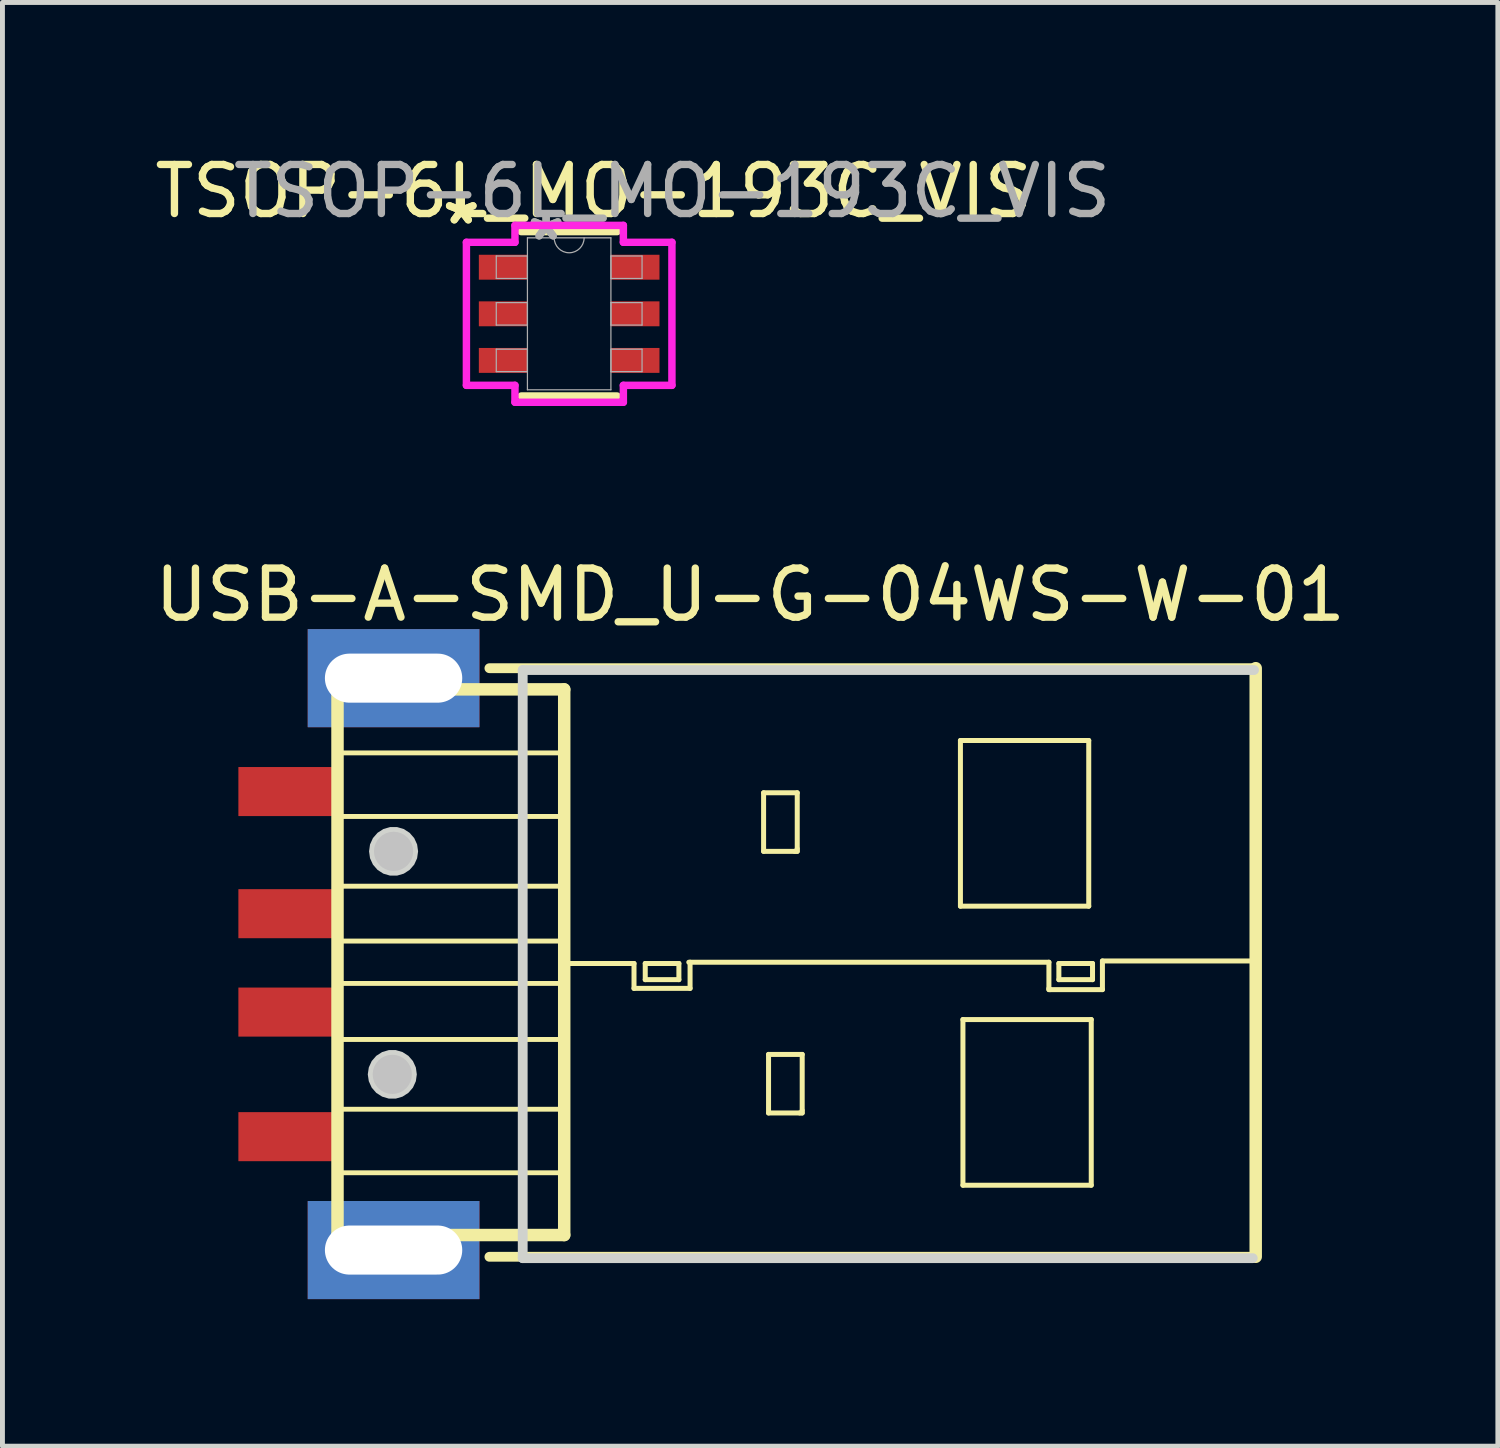
<source format=kicad_pcb>
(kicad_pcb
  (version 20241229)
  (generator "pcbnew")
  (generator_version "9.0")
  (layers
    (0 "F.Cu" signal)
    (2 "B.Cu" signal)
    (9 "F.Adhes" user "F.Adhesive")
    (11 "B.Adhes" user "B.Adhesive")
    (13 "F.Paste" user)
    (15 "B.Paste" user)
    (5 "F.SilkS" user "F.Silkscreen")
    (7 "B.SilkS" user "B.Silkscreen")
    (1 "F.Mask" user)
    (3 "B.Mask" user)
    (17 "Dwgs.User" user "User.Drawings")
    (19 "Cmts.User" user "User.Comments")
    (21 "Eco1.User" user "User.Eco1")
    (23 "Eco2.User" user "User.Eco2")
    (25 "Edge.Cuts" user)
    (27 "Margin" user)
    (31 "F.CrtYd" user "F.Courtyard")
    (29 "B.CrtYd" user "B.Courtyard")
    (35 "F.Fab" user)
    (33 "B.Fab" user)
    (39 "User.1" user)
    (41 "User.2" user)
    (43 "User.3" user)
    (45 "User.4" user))
  (footprint "USB-A-SMD_U-G-04WS-W-01"
    (layer "F.Cu")
    (at 3.892 16.606)
    (property "Reference" "USB-A-SMD_U-G-04WS-W-01" (at 8.352 -7.529 0) (layer "F.SilkS") (effects (font (size 1 1) (thickness 0.15))))
    (fp_line (start -0.061 -5.601) (end 0.015 -5.601) (stroke (width 0.254) (type default)) (layer "F.SilkS"))
    (fp_line (start -0.061 5.524) (end -0.061 -5.601) (stroke (width 0.254) (type default)) (layer "F.SilkS"))
    (fp_line (start -0.035 -5.601) (end 4.561 -5.601) (stroke (width 0.254) (type default)) (layer "F.SilkS"))
    (fp_line (start -0.035 0.394) (end 4.561 0.394) (stroke (width 0.1) (type default)) (layer "F.SilkS"))
    (fp_line (start -0.011 -4.306) (end 4.561 -4.306) (stroke (width 0.1) (type default)) (layer "F.SilkS"))
    (fp_line (start -0.011 -3.01) (end 4.561 -3.01) (stroke (width 0.1) (type default)) (layer "F.SilkS"))
    (fp_line (start -0.011 -1.588) (end 4.561 -1.588) (stroke (width 0.1) (type default)) (layer "F.SilkS"))
    (fp_line (start -0.011 -0.47) (end 4.561 -0.47) (stroke (width 0.1) (type default)) (layer "F.SilkS"))
    (fp_line (start 4.511 1.536) (end -0.061 1.536) (stroke (width 0.1) (type default)) (layer "F.SilkS"))
    (fp_line (start 4.511 2.959) (end -0.061 2.959) (stroke (width 0.1) (type default)) (layer "F.SilkS"))
    (fp_line (start 4.511 4.254) (end -0.061 4.254) (stroke (width 0.1) (type default)) (layer "F.SilkS"))
    (fp_line (start 4.561 -5.601) (end 4.561 5.524) (stroke (width 0.254) (type default)) (layer "F.SilkS"))
    (fp_line (start 4.561 -0.013) (end 5.984 -0.013) (stroke (width 0.102) (type default)) (layer "F.SilkS"))
    (fp_line (start 4.561 5.524) (end -0.061 5.524) (stroke (width 0.254) (type default)) (layer "F.SilkS"))
    (fp_line (start 5.984 -0.013) (end 5.984 0.495) (stroke (width 0.102) (type default)) (layer "F.SilkS"))
    (fp_line (start 5.984 0.495) (end 7.127 0.495) (stroke (width 0.102) (type default)) (layer "F.SilkS"))
    (fp_line (start 6.213 -0.013) (end 6.213 0.317) (stroke (width 0.102) (type default)) (layer "F.SilkS"))
    (fp_line (start 6.213 0.317) (end 6.899 0.317) (stroke (width 0.102) (type default)) (layer "F.SilkS"))
    (fp_line (start 6.263 -0.013) (end 6.213 -0.013) (stroke (width 0.102) (type default)) (layer "F.SilkS"))
    (fp_line (start 6.899 -0.013) (end 6.263 -0.013) (stroke (width 0.102) (type default)) (layer "F.SilkS"))
    (fp_line (start 6.899 0.317) (end 6.899 -0.013) (stroke (width 0.102) (type default)) (layer "F.SilkS"))
    (fp_line (start 7.101 -0.038) (end 14.443 -0.038) (stroke (width 0.102) (type default)) (layer "F.SilkS"))
    (fp_line (start 7.127 0.495) (end 7.127 -0.038) (stroke (width 0.102) (type default)) (layer "F.SilkS"))
    (fp_line (start 8.626 -3.493) (end 8.626 -2.299) (stroke (width 0.102) (type default)) (layer "F.SilkS"))
    (fp_line (start 8.626 -2.299) (end 9.261 -2.299) (stroke (width 0.102) (type default)) (layer "F.SilkS"))
    (fp_line (start 8.727 1.841) (end 8.727 3.035) (stroke (width 0.102) (type default)) (layer "F.SilkS"))
    (fp_line (start 8.727 3.035) (end 9.363 3.035) (stroke (width 0.102) (type default)) (layer "F.SilkS"))
    (fp_line (start 9.261 -2.299) (end 9.312 -2.299) (stroke (width 0.102) (type default)) (layer "F.SilkS"))
    (fp_line (start 9.312 -3.493) (end 8.626 -3.493) (stroke (width 0.102) (type default)) (layer "F.SilkS"))
    (fp_line (start 9.312 -2.35) (end 9.312 -3.493) (stroke (width 0.102) (type default)) (layer "F.SilkS"))
    (fp_line (start 9.312 -2.299) (end 9.312 -2.35) (stroke (width 0.102) (type default)) (layer "F.SilkS"))
    (fp_line (start 9.363 3.035) (end 9.413 3.035) (stroke (width 0.102) (type default)) (layer "F.SilkS"))
    (fp_line (start 9.413 1.841) (end 8.727 1.841) (stroke (width 0.102) (type default)) (layer "F.SilkS"))
    (fp_line (start 9.413 2.984) (end 9.413 1.841) (stroke (width 0.102) (type default)) (layer "F.SilkS"))
    (fp_line (start 9.413 3.035) (end 9.413 2.984) (stroke (width 0.102) (type default)) (layer "F.SilkS"))
    (fp_line (start 12.639 -4.559) (end 15.255 -4.559) (stroke (width 0.102) (type default)) (layer "F.SilkS"))
    (fp_line (start 12.639 -1.181) (end 12.639 -4.559) (stroke (width 0.102) (type default)) (layer "F.SilkS"))
    (fp_line (start 12.69 1.13) (end 15.306 1.13) (stroke (width 0.102) (type default)) (layer "F.SilkS"))
    (fp_line (start 12.69 4.508) (end 12.69 1.13) (stroke (width 0.102) (type default)) (layer "F.SilkS"))
    (fp_line (start 14.443 -0.038) (end 14.443 0.495) (stroke (width 0.102) (type default)) (layer "F.SilkS"))
    (fp_line (start 14.443 0.495) (end 14.443 0.52) (stroke (width 0.102) (type default)) (layer "F.SilkS"))
    (fp_line (start 14.443 0.52) (end 14.467 0.52) (stroke (width 0.102) (type default)) (layer "F.SilkS"))
    (fp_line (start 14.467 0.52) (end 15.534 0.52) (stroke (width 0.102) (type default)) (layer "F.SilkS"))
    (fp_line (start 14.646 -0.013) (end 14.646 0.317) (stroke (width 0.102) (type default)) (layer "F.SilkS"))
    (fp_line (start 14.646 0.317) (end 15.332 0.317) (stroke (width 0.102) (type default)) (layer "F.SilkS"))
    (fp_line (start 14.697 -0.013) (end 14.646 -0.013) (stroke (width 0.102) (type default)) (layer "F.SilkS"))
    (fp_line (start 15.255 -4.559) (end 15.255 -1.181) (stroke (width 0.102) (type default)) (layer "F.SilkS"))
    (fp_line (start 15.255 -1.181) (end 12.639 -1.181) (stroke (width 0.102) (type default)) (layer "F.SilkS"))
    (fp_line (start 15.306 1.13) (end 15.306 4.508) (stroke (width 0.102) (type default)) (layer "F.SilkS"))
    (fp_line (start 15.306 4.508) (end 12.69 4.508) (stroke (width 0.102) (type default)) (layer "F.SilkS"))
    (fp_line (start 15.332 -0.013) (end 14.697 -0.013) (stroke (width 0.102) (type default)) (layer "F.SilkS"))
    (fp_line (start 15.332 0.317) (end 15.332 -0.013) (stroke (width 0.102) (type default)) (layer "F.SilkS"))
    (fp_line (start 15.534 -0.064) (end 18.634 -0.064) (stroke (width 0.102) (type default)) (layer "F.SilkS"))
    (fp_line (start 15.534 0.52) (end 15.534 -0.064) (stroke (width 0.102) (type default)) (layer "F.SilkS"))
    (fp_line (start 18.634 -0.064) (end 18.684 -0.115) (stroke (width 0.102) (type default)) (layer "F.SilkS"))
    (fp_line (start 18.659 -6.033) (end 3.036 -6.033) (stroke (width 0.2) (type default)) (layer "F.SilkS"))
    (fp_line (start 18.659 -6.033) (end 18.659 5.967) (stroke (width 0.254) (type default)) (layer "F.SilkS"))
    (fp_line (start 18.659 5.967) (end 3.036 5.967) (stroke (width 0.2) (type default)) (layer "F.SilkS"))
    (fp_poly (pts (xy -2.082 -4.018) (xy -0.082 -4.018) (xy -0.082 -3.018) (xy -2.082 -3.018)) (stroke (width 0) (type default)) (fill yes) (layer "F.Paste"))
    (fp_poly (pts (xy -2.082 -1.529) (xy -0.082 -1.529) (xy -0.082 -0.529) (xy -2.082 -0.529)) (stroke (width 0) (type default)) (fill yes) (layer "F.Paste"))
    (fp_poly (pts (xy -2.082 0.478) (xy -0.082 0.478) (xy -0.082 1.478) (xy -2.082 1.478)) (stroke (width 0) (type default)) (fill yes) (layer "F.Paste"))
    (fp_poly (pts (xy -2.082 3.018) (xy -0.082 3.018) (xy -0.082 4.018) (xy -2.082 4.018)) (stroke (width 0) (type default)) (fill yes) (layer "F.Paste"))
    (fp_poly (pts (xy -0.418 -6.829) (xy 2.582 -6.829) (xy 2.582 -4.829) (xy -0.418 -4.829)) (stroke (width 0) (type default)) (fill yes) (layer "F.Paste"))
    (fp_poly (pts (xy -0.418 4.829) (xy 2.582 4.829) (xy 2.582 6.829) (xy -0.418 6.829)) (stroke (width 0) (type default)) (fill yes) (layer "F.Paste"))
    (fp_circle (center 1.056 2.248) (end 1.256 2.248) (stroke (width 0.4) (type default)) (fill no) (layer "Dwgs.User"))
    (fp_circle (center 1.082 -2.299) (end 1.282 -2.299) (stroke (width 0.4) (type default)) (fill no) (layer "Dwgs.User"))
    (fp_line (start 3.715 -5.995) (end 3.715 5.995) (stroke (width 0.2) (type default)) (layer "Edge.Cuts"))
    (fp_line (start 3.715 5.995) (end 18.599 5.995) (stroke (width 0.2) (type default)) (layer "Edge.Cuts"))
    (fp_line (start 18.625 -5.995) (end 3.715 -5.995) (stroke (width 0.2) (type default)) (layer "Edge.Cuts"))
    (fp_poly (pts (xy 1.556 2.248) (xy 1.536 2.107) (xy 1.477 1.977) (xy 1.384 1.87) (xy 1.264 1.793) (xy 1.128 1.753) (xy 0.985 1.753) (xy 0.849 1.793) (xy 0.729 1.87) (xy 0.636 1.977) (xy 0.577 2.107) (xy 0.556 2.248) (xy 0.577 2.388) (xy 0.636 2.518) (xy 0.729 2.625) (xy 0.849 2.702) (xy 0.985 2.742) (xy 1.128 2.742) (xy 1.264 2.702) (xy 1.384 2.625) (xy 1.477 2.518) (xy 1.536 2.388)) (stroke (width 0) (type default)) (fill yes) (layer "Edge.Cuts"))
    (fp_poly (pts (xy 1.582 -2.299) (xy 1.562 -2.44) (xy 1.503 -2.569) (xy 1.409 -2.677) (xy 1.29 -2.754) (xy 1.153 -2.794) (xy 1.011 -2.794) (xy 0.874 -2.754) (xy 0.755 -2.677) (xy 0.661 -2.569) (xy 0.602 -2.44) (xy 0.582 -2.299) (xy 0.602 -2.158) (xy 0.661 -2.029) (xy 0.755 -1.921) (xy 0.874 -1.844) (xy 1.011 -1.804) (xy 1.153 -1.804) (xy 1.29 -1.844) (xy 1.409 -1.921) (xy 1.503 -2.029) (xy 1.562 -2.158)) (stroke (width 0) (type default)) (fill yes) (layer "Edge.Cuts"))
    (fp_poly (pts (xy -1.654 -3.818) (xy -0.104 -3.818) (xy -0.104 -3.218) (xy -1.654 -3.218)) (stroke (width 0.1) (type default)) (fill no) (layer "User.1"))
    (fp_poly (pts (xy -1.654 -1.329) (xy -0.104 -1.329) (xy -0.104 -0.729) (xy -1.654 -0.729)) (stroke (width 0.1) (type default)) (fill no) (layer "User.1"))
    (fp_poly (pts (xy -1.654 0.678) (xy -0.104 0.678) (xy -0.104 1.278) (xy -1.654 1.278)) (stroke (width 0.1) (type default)) (fill no) (layer "User.1"))
    (fp_poly (pts (xy -1.654 3.218) (xy -0.104 3.218) (xy -0.104 3.818) (xy -1.654 3.818)) (stroke (width 0.1) (type default)) (fill no) (layer "User.1"))
    (fp_poly (pts (xy -0.135 -6) (xy 1.865 -6) (xy 1.865 -5.6) (xy -0.135 -5.6)) (stroke (width 0.1) (type default)) (fill no) (layer "User.1"))
    (fp_poly (pts (xy -0.135 5.6) (xy 1.865 5.6) (xy 1.865 6) (xy -0.135 6)) (stroke (width 0.1) (type default)) (fill no) (layer "User.1"))
    (fp_line (start -0.135 -6) (end 18.615 -6) (stroke (width 0.051) (type default)) (layer "User.2"))
    (fp_line (start -0.135 6) (end -0.135 -6) (stroke (width 0.051) (type default)) (layer "User.2"))
    (fp_line (start 18.615 -6) (end 18.615 6) (stroke (width 0.051) (type default)) (layer "User.2"))
    (fp_line (start 18.615 6) (end -0.135 6) (stroke (width 0.051) (type default)) (layer "User.2"))
    (fp_poly (pts (xy -1.594 -6) (xy -1.612 -6.042) (xy -1.654 -6.06) (xy -1.696 -6.042) (xy -1.714 -6) (xy -1.696 -5.958) (xy -1.654 -5.94) (xy -1.612 -5.958)) (stroke (width 0.1) (type default)) (fill no) (layer "User.3"))
    (pad "1" smd rect (at -1.082 -3.518) (size 2 1) (layers "F.Cu" "F.Mask" "F.Paste"))
    (pad "2" smd rect (at -1.082 -1.028) (size 2 1) (layers "F.Cu" "F.Mask" "F.Paste"))
    (pad "3" smd rect (at -1.082 0.978) (size 2 1) (layers "F.Cu" "F.Mask" "F.Paste"))
    (pad "4" smd rect (at -1.082 3.518) (size 2 1) (layers "F.Cu" "F.Mask" "F.Paste"))
    (pad "5" thru_hole rect (at 1.082 -5.83) (size 3.5 2) (drill oval 2.8 1) (layers "*.Cu" "*.Mask"))
    (pad "6" thru_hole rect (at 1.082 5.83) (size 3.5 2) (drill oval 2.8 1) (layers "*.Cu" "*.Mask")))
  (footprint "TSOP-6L_MO-193C_VIS"
    (layer "F.Cu")
    (at 8.554 3.348)
    (property "Reference" "TSOP-6L_MO-193C_VIS" (at 0.5 -2.5 0) (unlocked yes) (layer "F.SilkS") (effects (font (size 1 1) (thickness 0.15))))
    (attr smd)
    (fp_line (start -0.978 1.676) (end 0.978 1.676) (stroke (width 0.152) (type solid)) (layer "F.SilkS"))
    (fp_line (start 0.978 -1.676) (end -0.978 -1.676) (stroke (width 0.152) (type solid)) (layer "F.SilkS"))
    (fp_line (start -2.095 -1.458) (end -1.105 -1.458) (stroke (width 0.152) (type solid)) (layer "F.CrtYd"))
    (fp_line (start -2.095 1.458) (end -2.095 -1.458) (stroke (width 0.152) (type solid)) (layer "F.CrtYd"))
    (fp_line (start -2.095 1.458) (end -1.105 1.458) (stroke (width 0.152) (type solid)) (layer "F.CrtYd"))
    (fp_line (start -1.105 -1.803) (end 1.105 -1.803) (stroke (width 0.152) (type solid)) (layer "F.CrtYd"))
    (fp_line (start -1.105 -1.458) (end -1.105 -1.803) (stroke (width 0.152) (type solid)) (layer "F.CrtYd"))
    (fp_line (start -1.105 1.803) (end -1.105 1.458) (stroke (width 0.152) (type solid)) (layer "F.CrtYd"))
    (fp_line (start 1.105 -1.803) (end 1.105 -1.458) (stroke (width 0.152) (type solid)) (layer "F.CrtYd"))
    (fp_line (start 1.105 1.458) (end 1.105 1.803) (stroke (width 0.152) (type solid)) (layer "F.CrtYd"))
    (fp_line (start 1.105 1.803) (end -1.105 1.803) (stroke (width 0.152) (type solid)) (layer "F.CrtYd"))
    (fp_line (start 2.095 -1.458) (end 1.105 -1.458) (stroke (width 0.152) (type solid)) (layer "F.CrtYd"))
    (fp_line (start 2.095 -1.458) (end 2.095 1.458) (stroke (width 0.152) (type solid)) (layer "F.CrtYd"))
    (fp_line (start 2.095 1.458) (end 1.105 1.458) (stroke (width 0.152) (type solid)) (layer "F.CrtYd"))
    (fp_line (start -1.486 -1.179) (end -1.486 -0.721) (stroke (width 0.025) (type solid)) (layer "F.Fab"))
    (fp_line (start -1.486 -0.721) (end -0.851 -0.721) (stroke (width 0.025) (type solid)) (layer "F.Fab"))
    (fp_line (start -1.486 -0.229) (end -1.486 0.229) (stroke (width 0.025) (type solid)) (layer "F.Fab"))
    (fp_line (start -1.486 0.229) (end -0.851 0.229) (stroke (width 0.025) (type solid)) (layer "F.Fab"))
    (fp_line (start -1.486 0.721) (end -1.486 1.179) (stroke (width 0.025) (type solid)) (layer "F.Fab"))
    (fp_line (start -1.486 1.179) (end -0.851 1.179) (stroke (width 0.025) (type solid)) (layer "F.Fab"))
    (fp_line (start -0.851 -1.549) (end -0.851 1.549) (stroke (width 0.025) (type solid)) (layer "F.Fab"))
    (fp_line (start -0.851 -1.179) (end -1.486 -1.179) (stroke (width 0.025) (type solid)) (layer "F.Fab"))
    (fp_line (start -0.851 -0.721) (end -0.851 -1.179) (stroke (width 0.025) (type solid)) (layer "F.Fab"))
    (fp_line (start -0.851 -0.229) (end -1.486 -0.229) (stroke (width 0.025) (type solid)) (layer "F.Fab"))
    (fp_line (start -0.851 0.229) (end -0.851 -0.229) (stroke (width 0.025) (type solid)) (layer "F.Fab"))
    (fp_line (start -0.851 0.721) (end -1.486 0.721) (stroke (width 0.025) (type solid)) (layer "F.Fab"))
    (fp_line (start -0.851 1.179) (end -0.851 0.721) (stroke (width 0.025) (type solid)) (layer "F.Fab"))
    (fp_line (start -0.851 1.549) (end 0.851 1.549) (stroke (width 0.025) (type solid)) (layer "F.Fab"))
    (fp_line (start 0.851 -1.549) (end -0.851 -1.549) (stroke (width 0.025) (type solid)) (layer "F.Fab"))
    (fp_line (start 0.851 -1.179) (end 0.851 -0.721) (stroke (width 0.025) (type solid)) (layer "F.Fab"))
    (fp_line (start 0.851 -0.721) (end 1.486 -0.721) (stroke (width 0.025) (type solid)) (layer "F.Fab"))
    (fp_line (start 0.851 -0.229) (end 0.851 0.229) (stroke (width 0.025) (type solid)) (layer "F.Fab"))
    (fp_line (start 0.851 0.229) (end 1.486 0.229) (stroke (width 0.025) (type solid)) (layer "F.Fab"))
    (fp_line (start 0.851 0.721) (end 0.851 1.179) (stroke (width 0.025) (type solid)) (layer "F.Fab"))
    (fp_line (start 0.851 1.179) (end 1.486 1.179) (stroke (width 0.025) (type solid)) (layer "F.Fab"))
    (fp_line (start 0.851 1.549) (end 0.851 -1.549) (stroke (width 0.025) (type solid)) (layer "F.Fab"))
    (fp_line (start 1.486 -1.179) (end 0.851 -1.179) (stroke (width 0.025) (type solid)) (layer "F.Fab"))
    (fp_line (start 1.486 -0.721) (end 1.486 -1.179) (stroke (width 0.025) (type solid)) (layer "F.Fab"))
    (fp_line (start 1.486 -0.229) (end 0.851 -0.229) (stroke (width 0.025) (type solid)) (layer "F.Fab"))
    (fp_line (start 1.486 0.229) (end 1.486 -0.229) (stroke (width 0.025) (type solid)) (layer "F.Fab"))
    (fp_line (start 1.486 0.721) (end 0.851 0.721) (stroke (width 0.025) (type solid)) (layer "F.Fab"))
    (fp_line (start 1.486 1.179) (end 1.486 0.721) (stroke (width 0.025) (type solid)) (layer "F.Fab"))
    (fp_arc (start 0.3048 -1.5494) (mid 0 -1.2446) (end -0.3048 -1.5494) (stroke (width 0.0254) (type solid)) (layer "F.Fab"))
    (fp_text user "*" (at -2.2 -1.8 0) (layer "F.SilkS") (effects (font (size 1 1) (thickness 0.15))))
    (fp_text user "*" (at -2.2 -1.8 0) (unlocked yes) (layer "F.SilkS") (effects (font (size 1 1) (thickness 0.15))))
    (fp_text user "*" (at -0.47 -1.473 0) (unlocked yes) (layer "F.Fab") (effects (font (size 1 1) (thickness 0.15))))
    (fp_text user "*" (at -0.47 -1.473 0) (layer "F.Fab") (effects (font (size 1 1) (thickness 0.15))))
    (fp_text user "${REFERENCE}" (at 2.1 -2.5 0) (unlocked yes) (layer "F.Fab") (effects (font (size 1 1) (thickness 0.15))))
    (pad "1" smd rect (at -1.346 -0.95) (size 0.991 0.508) (layers "F.Cu" "F.Mask" "F.Paste"))
    (pad "2" smd rect (at -1.346 0) (size 0.991 0.508) (layers "F.Cu" "F.Mask" "F.Paste"))
    (pad "3" smd rect (at -1.346 0.95) (size 0.991 0.508) (layers "F.Cu" "F.Mask" "F.Paste"))
    (pad "4" smd rect (at 1.346 0.95) (size 0.991 0.508) (layers "F.Cu" "F.Mask" "F.Paste"))
    (pad "5" smd rect (at 1.346 0) (size 0.991 0.508) (layers "F.Cu" "F.Mask" "F.Paste"))
    (pad "6" smd rect (at 1.346 -0.95) (size 0.991 0.508) (layers "F.Cu" "F.Mask" "F.Paste")))
  (gr_rect
    (start -3 -3)
    (end 27.488 26.435)
    (stroke (width 0.1) (type default))
    (fill no)
    (layer "Edge.Cuts")))
</source>
